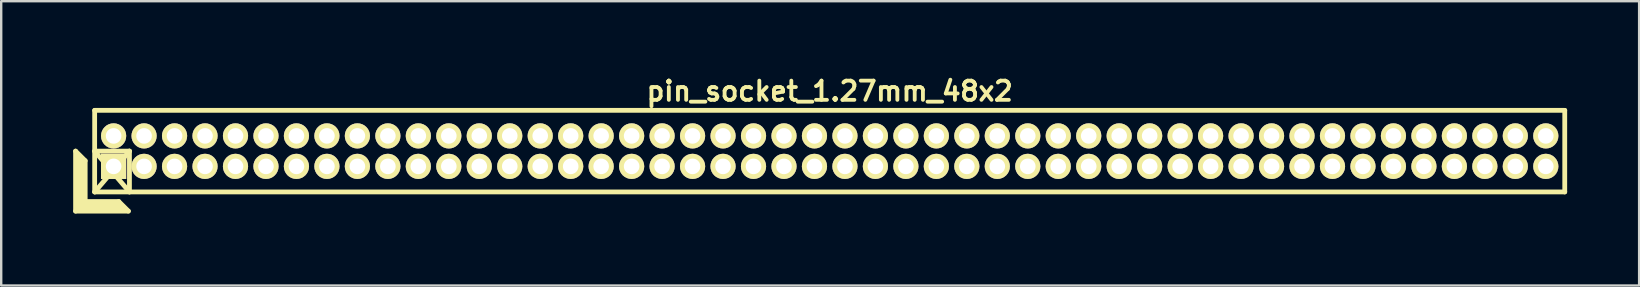
<source format=kicad_pcb>
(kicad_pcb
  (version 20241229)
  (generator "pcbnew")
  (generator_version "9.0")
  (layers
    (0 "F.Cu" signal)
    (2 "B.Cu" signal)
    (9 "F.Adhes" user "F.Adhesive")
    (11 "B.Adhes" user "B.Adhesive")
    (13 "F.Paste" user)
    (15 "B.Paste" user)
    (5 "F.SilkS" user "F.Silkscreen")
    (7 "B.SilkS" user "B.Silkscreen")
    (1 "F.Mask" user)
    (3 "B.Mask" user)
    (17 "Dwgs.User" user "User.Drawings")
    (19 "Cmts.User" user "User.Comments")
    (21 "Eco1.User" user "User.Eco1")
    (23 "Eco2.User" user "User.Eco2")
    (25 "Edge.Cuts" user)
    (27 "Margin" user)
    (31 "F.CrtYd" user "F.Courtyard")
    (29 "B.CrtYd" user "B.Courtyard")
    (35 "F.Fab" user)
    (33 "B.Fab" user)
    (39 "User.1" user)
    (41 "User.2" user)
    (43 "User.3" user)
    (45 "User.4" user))
  (footprint "pin_socket_1.27mm_48x2"
    (layer "F.Cu")
    (at 31.53 3.249)
    (property "Reference" "pin_socket_1.27mm_48x2" (at 0 -2.5 0) (layer "F.SilkS") (effects (font (size 0.8 0.8) (thickness 0.16))))
    (attr through_hole)
    (fp_line (start -31.43 0) (end -31.43 2.5) (stroke (width 0.2) (type solid)) (layer "F.SilkS"))
    (fp_line (start -31.43 0) (end -31.03 0.4) (stroke (width 0.2) (type solid)) (layer "F.SilkS"))
    (fp_line (start -31.43 2.5) (end -29.23 2.5) (stroke (width 0.2) (type solid)) (layer "F.SilkS"))
    (fp_line (start -31.33 2.4) (end -31.33 0.2) (stroke (width 0.2) (type solid)) (layer "F.SilkS"))
    (fp_line (start -31.33 2.4) (end -29.43 2.4) (stroke (width 0.2) (type solid)) (layer "F.SilkS"))
    (fp_line (start -31.23 2.3) (end -31.23 0.3) (stroke (width 0.2) (type solid)) (layer "F.SilkS"))
    (fp_line (start -31.23 2.3) (end -29.53 2.3) (stroke (width 0.2) (type solid)) (layer "F.SilkS"))
    (fp_line (start -31.13 2.2) (end -31.13 0.4) (stroke (width 0.2) (type solid)) (layer "F.SilkS"))
    (fp_line (start -31.13 2.2) (end -29.63 2.2) (stroke (width 0.2) (type solid)) (layer "F.SilkS"))
    (fp_line (start -31.03 2.1) (end -31.03 0.4) (stroke (width 0.2) (type solid)) (layer "F.SilkS"))
    (fp_line (start -31.03 2.1) (end -29.63 2.1) (stroke (width 0.2) (type solid)) (layer "F.SilkS"))
    (fp_line (start -30.635 -1.7) (end 30.635 -1.7) (stroke (width 0.2) (type solid)) (layer "F.SilkS"))
    (fp_line (start -30.635 0) (end -29.185 0) (stroke (width 0.2) (type solid)) (layer "F.SilkS"))
    (fp_line (start -30.635 0) (end -29.185 1.7) (stroke (width 0.2) (type solid)) (layer "F.SilkS"))
    (fp_line (start -30.635 1.7) (end -30.635 -1.7) (stroke (width 0.2) (type solid)) (layer "F.SilkS"))
    (fp_line (start -29.63 2.1) (end -29.23 2.5) (stroke (width 0.2) (type solid)) (layer "F.SilkS"))
    (fp_line (start -29.185 0) (end -30.63 1.7) (stroke (width 0.2) (type solid)) (layer "F.SilkS"))
    (fp_line (start -29.185 0) (end -29.185 1.7) (stroke (width 0.2) (type solid)) (layer "F.SilkS"))
    (fp_line (start 30.635 -1.7) (end 30.635 1.7) (stroke (width 0.2) (type solid)) (layer "F.SilkS"))
    (fp_line (start 30.635 1.7) (end -30.635 1.7) (stroke (width 0.2) (type solid)) (layer "F.SilkS"))
    (pad "1" thru_hole rect (at -29.845 0.635) (size 1.05 1.05) (drill 0.65) (layers "*.Cu" "*.Mask" "F.SilkS"))
    (pad "2" thru_hole oval (at -29.845 -0.635) (size 1.05 1.05) (drill 0.65) (layers "*.Cu" "*.Mask" "F.SilkS"))
    (pad "3" thru_hole oval (at -28.575 0.635) (size 1.05 1.05) (drill 0.65) (layers "*.Cu" "*.Mask" "F.SilkS"))
    (pad "4" thru_hole oval (at -28.575 -0.635) (size 1.05 1.05) (drill 0.65) (layers "*.Cu" "*.Mask" "F.SilkS"))
    (pad "5" thru_hole oval (at -27.305 0.635) (size 1.05 1.05) (drill 0.65) (layers "*.Cu" "*.Mask" "F.SilkS"))
    (pad "6" thru_hole oval (at -27.305 -0.635) (size 1.05 1.05) (drill 0.65) (layers "*.Cu" "*.Mask" "F.SilkS"))
    (pad "7" thru_hole oval (at -26.035 0.635) (size 1.05 1.05) (drill 0.65) (layers "*.Cu" "*.Mask" "F.SilkS"))
    (pad "8" thru_hole oval (at -26.035 -0.635) (size 1.05 1.05) (drill 0.65) (layers "*.Cu" "*.Mask" "F.SilkS"))
    (pad "9" thru_hole oval (at -24.765 0.635) (size 1.05 1.05) (drill 0.65) (layers "*.Cu" "*.Mask" "F.SilkS"))
    (pad "10" thru_hole oval (at -24.765 -0.635) (size 1.05 1.05) (drill 0.65) (layers "*.Cu" "*.Mask" "F.SilkS"))
    (pad "11" thru_hole oval (at -23.495 0.635) (size 1.05 1.05) (drill 0.65) (layers "*.Cu" "*.Mask" "F.SilkS"))
    (pad "12" thru_hole oval (at -23.495 -0.635) (size 1.05 1.05) (drill 0.65) (layers "*.Cu" "*.Mask" "F.SilkS"))
    (pad "13" thru_hole oval (at -22.225 0.635) (size 1.05 1.05) (drill 0.65) (layers "*.Cu" "*.Mask" "F.SilkS"))
    (pad "14" thru_hole oval (at -22.225 -0.635) (size 1.05 1.05) (drill 0.65) (layers "*.Cu" "*.Mask" "F.SilkS"))
    (pad "15" thru_hole oval (at -20.955 0.635) (size 1.05 1.05) (drill 0.65) (layers "*.Cu" "*.Mask" "F.SilkS"))
    (pad "16" thru_hole oval (at -20.955 -0.635) (size 1.05 1.05) (drill 0.65) (layers "*.Cu" "*.Mask" "F.SilkS"))
    (pad "17" thru_hole oval (at -19.685 0.635) (size 1.05 1.05) (drill 0.65) (layers "*.Cu" "*.Mask" "F.SilkS"))
    (pad "18" thru_hole oval (at -19.685 -0.635) (size 1.05 1.05) (drill 0.65) (layers "*.Cu" "*.Mask" "F.SilkS"))
    (pad "19" thru_hole oval (at -18.415 0.635) (size 1.05 1.05) (drill 0.65) (layers "*.Cu" "*.Mask" "F.SilkS"))
    (pad "20" thru_hole oval (at -18.415 -0.635) (size 1.05 1.05) (drill 0.65) (layers "*.Cu" "*.Mask" "F.SilkS"))
    (pad "21" thru_hole oval (at -17.145 0.635) (size 1.05 1.05) (drill 0.65) (layers "*.Cu" "*.Mask" "F.SilkS"))
    (pad "22" thru_hole oval (at -17.145 -0.635) (size 1.05 1.05) (drill 0.65) (layers "*.Cu" "*.Mask" "F.SilkS"))
    (pad "23" thru_hole oval (at -15.875 0.635) (size 1.05 1.05) (drill 0.65) (layers "*.Cu" "*.Mask" "F.SilkS"))
    (pad "24" thru_hole oval (at -15.875 -0.635) (size 1.05 1.05) (drill 0.65) (layers "*.Cu" "*.Mask" "F.SilkS"))
    (pad "25" thru_hole oval (at -14.605 0.635) (size 1.05 1.05) (drill 0.65) (layers "*.Cu" "*.Mask" "F.SilkS"))
    (pad "26" thru_hole oval (at -14.605 -0.635) (size 1.05 1.05) (drill 0.65) (layers "*.Cu" "*.Mask" "F.SilkS"))
    (pad "27" thru_hole oval (at -13.335 0.635) (size 1.05 1.05) (drill 0.65) (layers "*.Cu" "*.Mask" "F.SilkS"))
    (pad "28" thru_hole oval (at -13.335 -0.635) (size 1.05 1.05) (drill 0.65) (layers "*.Cu" "*.Mask" "F.SilkS"))
    (pad "29" thru_hole oval (at -12.065 0.635) (size 1.05 1.05) (drill 0.65) (layers "*.Cu" "*.Mask" "F.SilkS"))
    (pad "30" thru_hole oval (at -12.065 -0.635) (size 1.05 1.05) (drill 0.65) (layers "*.Cu" "*.Mask" "F.SilkS"))
    (pad "31" thru_hole oval (at -10.795 0.635) (size 1.05 1.05) (drill 0.65) (layers "*.Cu" "*.Mask" "F.SilkS"))
    (pad "32" thru_hole oval (at -10.795 -0.635) (size 1.05 1.05) (drill 0.65) (layers "*.Cu" "*.Mask" "F.SilkS"))
    (pad "33" thru_hole oval (at -9.525 0.635) (size 1.05 1.05) (drill 0.65) (layers "*.Cu" "*.Mask" "F.SilkS"))
    (pad "34" thru_hole oval (at -9.525 -0.635) (size 1.05 1.05) (drill 0.65) (layers "*.Cu" "*.Mask" "F.SilkS"))
    (pad "35" thru_hole oval (at -8.255 0.635) (size 1.05 1.05) (drill 0.65) (layers "*.Cu" "*.Mask" "F.SilkS"))
    (pad "36" thru_hole oval (at -8.255 -0.635) (size 1.05 1.05) (drill 0.65) (layers "*.Cu" "*.Mask" "F.SilkS"))
    (pad "37" thru_hole oval (at -6.985 0.635) (size 1.05 1.05) (drill 0.65) (layers "*.Cu" "*.Mask" "F.SilkS"))
    (pad "38" thru_hole oval (at -6.985 -0.635) (size 1.05 1.05) (drill 0.65) (layers "*.Cu" "*.Mask" "F.SilkS"))
    (pad "39" thru_hole oval (at -5.715 0.635) (size 1.05 1.05) (drill 0.65) (layers "*.Cu" "*.Mask" "F.SilkS"))
    (pad "40" thru_hole oval (at -5.715 -0.635) (size 1.05 1.05) (drill 0.65) (layers "*.Cu" "*.Mask" "F.SilkS"))
    (pad "41" thru_hole oval (at -4.445 0.635) (size 1.05 1.05) (drill 0.65) (layers "*.Cu" "*.Mask" "F.SilkS"))
    (pad "42" thru_hole oval (at -4.445 -0.635) (size 1.05 1.05) (drill 0.65) (layers "*.Cu" "*.Mask" "F.SilkS"))
    (pad "43" thru_hole oval (at -3.175 0.635) (size 1.05 1.05) (drill 0.65) (layers "*.Cu" "*.Mask" "F.SilkS"))
    (pad "44" thru_hole oval (at -3.175 -0.635) (size 1.05 1.05) (drill 0.65) (layers "*.Cu" "*.Mask" "F.SilkS"))
    (pad "45" thru_hole oval (at -1.905 0.635) (size 1.05 1.05) (drill 0.65) (layers "*.Cu" "*.Mask" "F.SilkS"))
    (pad "46" thru_hole oval (at -1.905 -0.635) (size 1.05 1.05) (drill 0.65) (layers "*.Cu" "*.Mask" "F.SilkS"))
    (pad "47" thru_hole oval (at -0.635 0.635) (size 1.05 1.05) (drill 0.65) (layers "*.Cu" "*.Mask" "F.SilkS"))
    (pad "48" thru_hole oval (at -0.635 -0.635) (size 1.05 1.05) (drill 0.65) (layers "*.Cu" "*.Mask" "F.SilkS"))
    (pad "49" thru_hole oval (at 0.635 0.635) (size 1.05 1.05) (drill 0.65) (layers "*.Cu" "*.Mask" "F.SilkS"))
    (pad "50" thru_hole oval (at 0.635 -0.635) (size 1.05 1.05) (drill 0.65) (layers "*.Cu" "*.Mask" "F.SilkS"))
    (pad "51" thru_hole circle (at 1.905 0.635) (size 1.05 1.05) (drill 0.65) (layers "*.Cu" "*.Mask" "F.SilkS"))
    (pad "52" thru_hole oval (at 1.905 -0.635) (size 1.05 1.05) (drill 0.65) (layers "*.Cu" "*.Mask" "F.SilkS"))
    (pad "53" thru_hole oval (at 3.175 0.635) (size 1.05 1.05) (drill 0.65) (layers "*.Cu" "*.Mask" "F.SilkS"))
    (pad "54" thru_hole oval (at 3.175 -0.635) (size 1.05 1.05) (drill 0.65) (layers "*.Cu" "*.Mask" "F.SilkS"))
    (pad "55" thru_hole oval (at 4.445 0.635) (size 1.05 1.05) (drill 0.65) (layers "*.Cu" "*.Mask" "F.SilkS"))
    (pad "56" thru_hole oval (at 4.445 -0.635) (size 1.05 1.05) (drill 0.65) (layers "*.Cu" "*.Mask" "F.SilkS"))
    (pad "57" thru_hole oval (at 5.715 0.635) (size 1.05 1.05) (drill 0.65) (layers "*.Cu" "*.Mask" "F.SilkS"))
    (pad "58" thru_hole oval (at 5.715 -0.635) (size 1.05 1.05) (drill 0.65) (layers "*.Cu" "*.Mask" "F.SilkS"))
    (pad "59" thru_hole oval (at 6.985 0.635) (size 1.05 1.05) (drill 0.65) (layers "*.Cu" "*.Mask" "F.SilkS"))
    (pad "60" thru_hole oval (at 6.985 -0.635) (size 1.05 1.05) (drill 0.65) (layers "*.Cu" "*.Mask" "F.SilkS"))
    (pad "61" thru_hole oval (at 8.255 0.635) (size 1.05 1.05) (drill 0.65) (layers "*.Cu" "*.Mask" "F.SilkS"))
    (pad "62" thru_hole oval (at 8.255 -0.635) (size 1.05 1.05) (drill 0.65) (layers "*.Cu" "*.Mask" "F.SilkS"))
    (pad "63" thru_hole oval (at 9.525 0.635) (size 1.05 1.05) (drill 0.65) (layers "*.Cu" "*.Mask" "F.SilkS"))
    (pad "64" thru_hole oval (at 9.525 -0.635) (size 1.05 1.05) (drill 0.65) (layers "*.Cu" "*.Mask" "F.SilkS"))
    (pad "65" thru_hole oval (at 10.795 0.635) (size 1.05 1.05) (drill 0.65) (layers "*.Cu" "*.Mask" "F.SilkS"))
    (pad "66" thru_hole oval (at 10.795 -0.635) (size 1.05 1.05) (drill 0.65) (layers "*.Cu" "*.Mask" "F.SilkS"))
    (pad "67" thru_hole oval (at 12.065 0.635) (size 1.05 1.05) (drill 0.65) (layers "*.Cu" "*.Mask" "F.SilkS"))
    (pad "68" thru_hole oval (at 12.065 -0.635) (size 1.05 1.05) (drill 0.65) (layers "*.Cu" "*.Mask" "F.SilkS"))
    (pad "69" thru_hole oval (at 13.335 0.635) (size 1.05 1.05) (drill 0.65) (layers "*.Cu" "*.Mask" "F.SilkS"))
    (pad "70" thru_hole oval (at 13.335 -0.635) (size 1.05 1.05) (drill 0.65) (layers "*.Cu" "*.Mask" "F.SilkS"))
    (pad "71" thru_hole oval (at 14.605 0.635) (size 1.05 1.05) (drill 0.65) (layers "*.Cu" "*.Mask" "F.SilkS"))
    (pad "72" thru_hole oval (at 14.605 -0.635) (size 1.05 1.05) (drill 0.65) (layers "*.Cu" "*.Mask" "F.SilkS"))
    (pad "73" thru_hole oval (at 15.875 0.635) (size 1.05 1.05) (drill 0.65) (layers "*.Cu" "*.Mask" "F.SilkS"))
    (pad "74" thru_hole oval (at 15.875 -0.635) (size 1.05 1.05) (drill 0.65) (layers "*.Cu" "*.Mask" "F.SilkS"))
    (pad "75" thru_hole oval (at 17.145 0.635) (size 1.05 1.05) (drill 0.65) (layers "*.Cu" "*.Mask" "F.SilkS"))
    (pad "76" thru_hole oval (at 17.145 -0.635) (size 1.05 1.05) (drill 0.65) (layers "*.Cu" "*.Mask" "F.SilkS"))
    (pad "77" thru_hole oval (at 18.415 0.635) (size 1.05 1.05) (drill 0.65) (layers "*.Cu" "*.Mask" "F.SilkS"))
    (pad "78" thru_hole oval (at 18.415 -0.635) (size 1.05 1.05) (drill 0.65) (layers "*.Cu" "*.Mask" "F.SilkS"))
    (pad "79" thru_hole oval (at 19.685 0.635) (size 1.05 1.05) (drill 0.65) (layers "*.Cu" "*.Mask" "F.SilkS"))
    (pad "80" thru_hole oval (at 19.685 -0.635) (size 1.05 1.05) (drill 0.65) (layers "*.Cu" "*.Mask" "F.SilkS"))
    (pad "81" thru_hole oval (at 20.955 0.635) (size 1.05 1.05) (drill 0.65) (layers "*.Cu" "*.Mask" "F.SilkS"))
    (pad "82" thru_hole oval (at 20.955 -0.635) (size 1.05 1.05) (drill 0.65) (layers "*.Cu" "*.Mask" "F.SilkS"))
    (pad "83" thru_hole oval (at 22.225 0.635) (size 1.05 1.05) (drill 0.65) (layers "*.Cu" "*.Mask" "F.SilkS"))
    (pad "84" thru_hole oval (at 22.225 -0.635) (size 1.05 1.05) (drill 0.65) (layers "*.Cu" "*.Mask" "F.SilkS"))
    (pad "85" thru_hole oval (at 23.495 0.635) (size 1.05 1.05) (drill 0.65) (layers "*.Cu" "*.Mask" "F.SilkS"))
    (pad "86" thru_hole oval (at 23.495 -0.635) (size 1.05 1.05) (drill 0.65) (layers "*.Cu" "*.Mask" "F.SilkS"))
    (pad "87" thru_hole oval (at 24.765 0.635) (size 1.05 1.05) (drill 0.65) (layers "*.Cu" "*.Mask" "F.SilkS"))
    (pad "88" thru_hole oval (at 24.765 -0.635) (size 1.05 1.05) (drill 0.65) (layers "*.Cu" "*.Mask" "F.SilkS"))
    (pad "89" thru_hole oval (at 26.035 0.635) (size 1.05 1.05) (drill 0.65) (layers "*.Cu" "*.Mask" "F.SilkS"))
    (pad "90" thru_hole oval (at 26.035 -0.635) (size 1.05 1.05) (drill 0.65) (layers "*.Cu" "*.Mask" "F.SilkS"))
    (pad "91" thru_hole oval (at 27.305 0.635) (size 1.05 1.05) (drill 0.65) (layers "*.Cu" "*.Mask" "F.SilkS"))
    (pad "92" thru_hole oval (at 27.305 -0.635) (size 1.05 1.05) (drill 0.65) (layers "*.Cu" "*.Mask" "F.SilkS"))
    (pad "93" thru_hole oval (at 28.575 0.635) (size 1.05 1.05) (drill 0.65) (layers "*.Cu" "*.Mask" "F.SilkS"))
    (pad "94" thru_hole oval (at 28.575 -0.635) (size 1.05 1.05) (drill 0.65) (layers "*.Cu" "*.Mask" "F.SilkS"))
    (pad "95" thru_hole oval (at 29.845 0.635) (size 1.05 1.05) (drill 0.65) (layers "*.Cu" "*.Mask" "F.SilkS"))
    (pad "96" thru_hole oval (at 29.845 -0.635) (size 1.05 1.05) (drill 0.65) (layers "*.Cu" "*.Mask" "F.SilkS")))
  (gr_rect
    (start -3 -3)
    (end 65.265 8.849)
    (stroke (width 0.1) (type default))
    (fill no)
    (layer "Edge.Cuts")))
</source>
